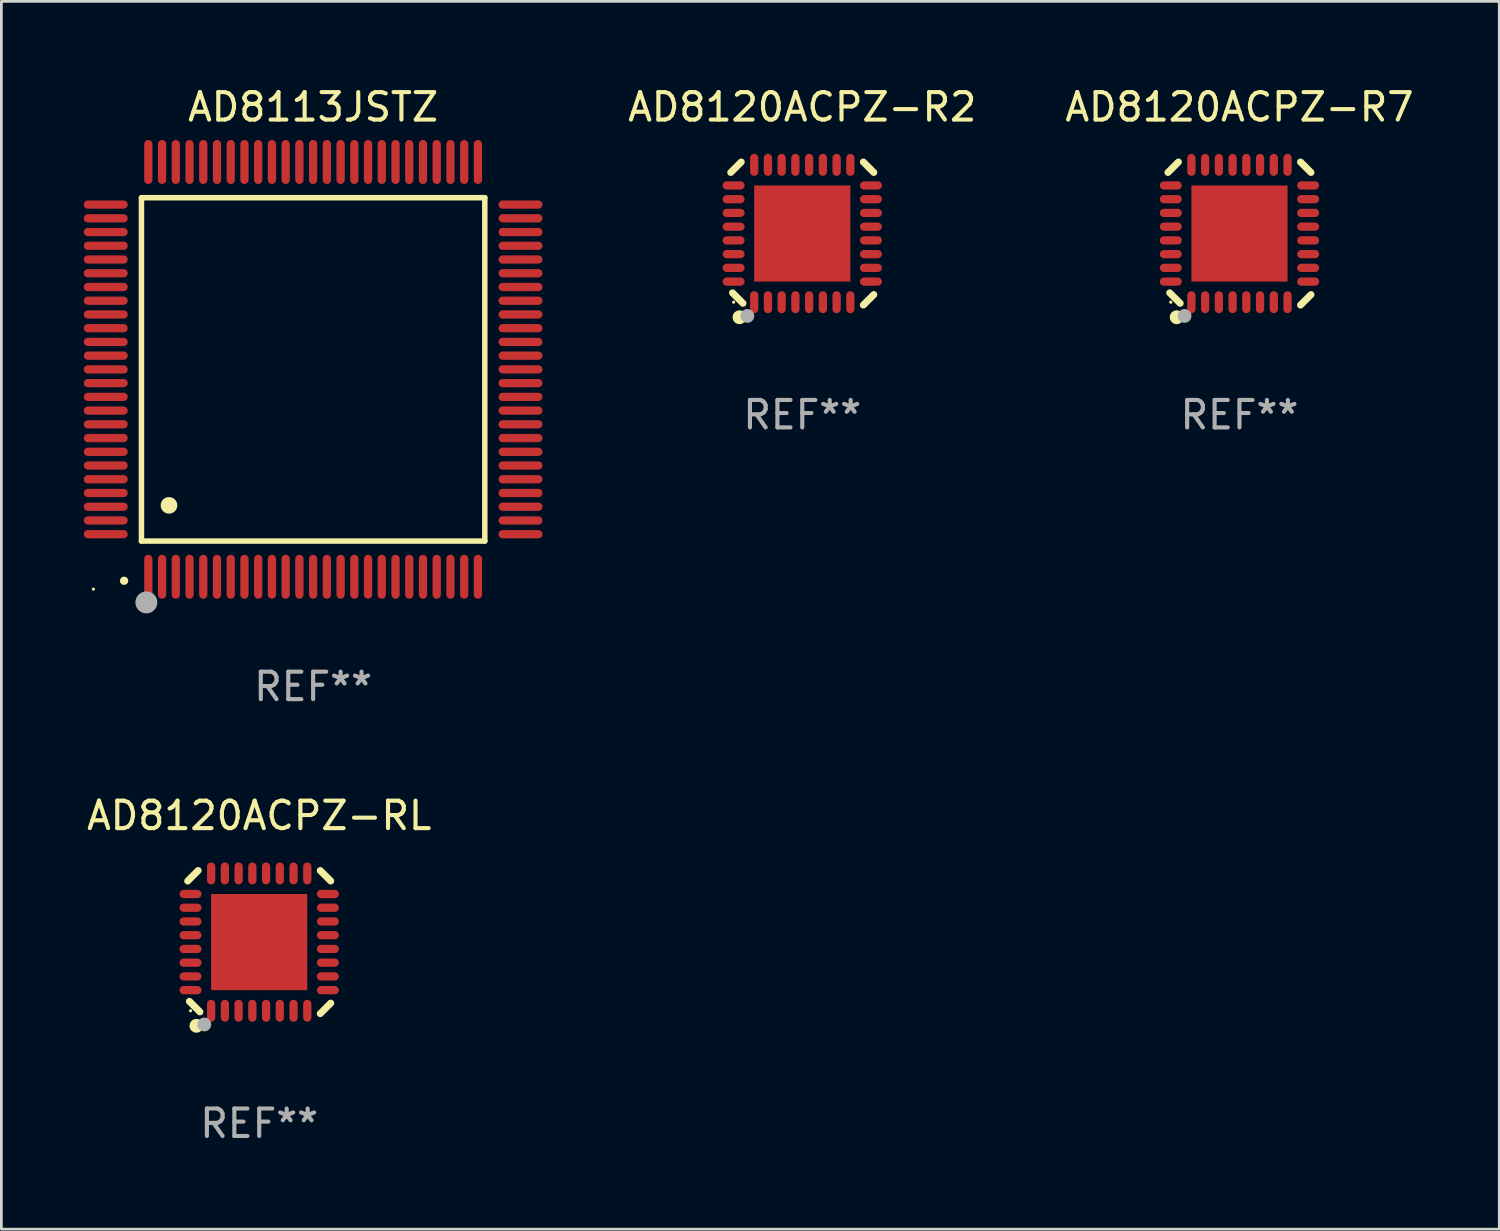
<source format=kicad_pcb>
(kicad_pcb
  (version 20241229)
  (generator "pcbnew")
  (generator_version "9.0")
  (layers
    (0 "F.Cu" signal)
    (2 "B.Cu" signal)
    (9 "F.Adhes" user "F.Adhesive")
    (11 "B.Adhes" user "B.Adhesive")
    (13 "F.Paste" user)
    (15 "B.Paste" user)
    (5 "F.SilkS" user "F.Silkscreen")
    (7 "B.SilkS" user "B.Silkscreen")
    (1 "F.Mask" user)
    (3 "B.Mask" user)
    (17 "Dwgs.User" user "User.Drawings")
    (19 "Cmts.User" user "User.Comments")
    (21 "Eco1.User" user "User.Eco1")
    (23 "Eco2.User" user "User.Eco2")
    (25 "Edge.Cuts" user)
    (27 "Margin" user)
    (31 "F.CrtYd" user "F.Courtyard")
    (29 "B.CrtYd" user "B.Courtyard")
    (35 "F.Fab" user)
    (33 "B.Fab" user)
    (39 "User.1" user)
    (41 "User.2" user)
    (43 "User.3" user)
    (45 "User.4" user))
  (footprint "AD8120ACPZ-R2"
    (layer "F.Cu")
    (at 26.158 5.452)
    (property "Reference" "AD8120ACPZ-R2" (at 0 -4.604 0) (layer "F.SilkS") (effects (font (size 1 1) (thickness 0.15))))
    (attr through_hole)
    (fp_line (start -2.54 2.159) (end -2.159 2.54) (stroke (width 0.254) (type solid)) (layer "F.SilkS"))
    (fp_line (start -2.223 -2.604) (end -2.604 -2.223) (stroke (width 0.254) (type solid)) (layer "F.SilkS"))
    (fp_line (start 2.223 -2.604) (end 2.604 -2.223) (stroke (width 0.254) (type solid)) (layer "F.SilkS"))
    (fp_line (start 2.604 2.223) (end 2.223 2.604) (stroke (width 0.254) (type solid)) (layer "F.SilkS"))
    (fp_circle (center -2.5 2.5) (end -2.47 2.5) (stroke (width 0.06) (type solid)) (fill no) (layer "F.SilkS"))
    (fp_circle (center -2.286 3.048) (end -2.159 3.048) (stroke (width 0.254) (type solid)) (fill no) (layer "F.SilkS"))
    (fp_circle (center -2 3) (end -1.873 3) (stroke (width 0.254) (type solid)) (fill no) (layer "F.Fab"))
    (fp_text user "REF**" (at 0 6.604 0) (layer "F.Fab") (effects (font (size 1 1) (thickness 0.15))))
    (pad "1" smd oval (at -1.75 2.5 90) (size 0.8 0.3) (layers "F.Cu" "F.Mask" "F.Paste"))
    (pad "2" smd oval (at -1.25 2.5 90) (size 0.8 0.3) (layers "F.Cu" "F.Mask" "F.Paste"))
    (pad "3" smd oval (at -0.75 2.5 90) (size 0.8 0.3) (layers "F.Cu" "F.Mask" "F.Paste"))
    (pad "4" smd oval (at -0.25 2.5 90) (size 0.8 0.3) (layers "F.Cu" "F.Mask" "F.Paste"))
    (pad "5" smd oval (at 0.25 2.5 90) (size 0.8 0.3) (layers "F.Cu" "F.Mask" "F.Paste"))
    (pad "6" smd oval (at 0.75 2.5 90) (size 0.8 0.3) (layers "F.Cu" "F.Mask" "F.Paste"))
    (pad "7" smd oval (at 1.25 2.5 90) (size 0.8 0.3) (layers "F.Cu" "F.Mask" "F.Paste"))
    (pad "8" smd oval (at 1.75 2.5 90) (size 0.8 0.3) (layers "F.Cu" "F.Mask" "F.Paste"))
    (pad "9" smd oval (at 2.5 1.75 180) (size 0.8 0.3) (layers "F.Cu" "F.Mask" "F.Paste"))
    (pad "10" smd oval (at 2.5 1.25 180) (size 0.8 0.3) (layers "F.Cu" "F.Mask" "F.Paste"))
    (pad "11" smd oval (at 2.5 0.75 180) (size 0.8 0.3) (layers "F.Cu" "F.Mask" "F.Paste"))
    (pad "12" smd oval (at 2.5 0.25 180) (size 0.8 0.3) (layers "F.Cu" "F.Mask" "F.Paste"))
    (pad "13" smd oval (at 2.5 -0.25 180) (size 0.8 0.3) (layers "F.Cu" "F.Mask" "F.Paste"))
    (pad "14" smd oval (at 2.5 -0.75 180) (size 0.8 0.3) (layers "F.Cu" "F.Mask" "F.Paste"))
    (pad "15" smd oval (at 2.5 -1.25 180) (size 0.8 0.3) (layers "F.Cu" "F.Mask" "F.Paste"))
    (pad "16" smd oval (at 2.5 -1.75 180) (size 0.8 0.3) (layers "F.Cu" "F.Mask" "F.Paste"))
    (pad "17" smd oval (at 1.75 -2.5 270) (size 0.8 0.3) (layers "F.Cu" "F.Mask" "F.Paste"))
    (pad "18" smd oval (at 1.25 -2.5 270) (size 0.8 0.3) (layers "F.Cu" "F.Mask" "F.Paste"))
    (pad "19" smd oval (at 0.75 -2.5 270) (size 0.8 0.3) (layers "F.Cu" "F.Mask" "F.Paste"))
    (pad "20" smd oval (at 0.25 -2.5 270) (size 0.8 0.3) (layers "F.Cu" "F.Mask" "F.Paste"))
    (pad "21" smd oval (at -0.25 -2.5 270) (size 0.8 0.3) (layers "F.Cu" "F.Mask" "F.Paste"))
    (pad "22" smd oval (at -0.75 -2.5 270) (size 0.8 0.3) (layers "F.Cu" "F.Mask" "F.Paste"))
    (pad "23" smd oval (at -1.25 -2.5 270) (size 0.8 0.3) (layers "F.Cu" "F.Mask" "F.Paste"))
    (pad "24" smd oval (at -1.75 -2.5 270) (size 0.8 0.3) (layers "F.Cu" "F.Mask" "F.Paste"))
    (pad "25" smd oval (at -2.5 -1.75) (size 0.8 0.3) (layers "F.Cu" "F.Mask" "F.Paste"))
    (pad "26" smd oval (at -2.5 -1.25) (size 0.8 0.3) (layers "F.Cu" "F.Mask" "F.Paste"))
    (pad "27" smd oval (at -2.5 -0.75) (size 0.8 0.3) (layers "F.Cu" "F.Mask" "F.Paste"))
    (pad "28" smd oval (at -2.5 -0.25) (size 0.8 0.3) (layers "F.Cu" "F.Mask" "F.Paste"))
    (pad "29" smd oval (at -2.5 0.25) (size 0.8 0.3) (layers "F.Cu" "F.Mask" "F.Paste"))
    (pad "30" smd oval (at -2.5 0.75) (size 0.8 0.3) (layers "F.Cu" "F.Mask" "F.Paste"))
    (pad "31" smd oval (at -2.5 1.25) (size 0.8 0.3) (layers "F.Cu" "F.Mask" "F.Paste"))
    (pad "32" smd oval (at -2.5 1.75) (size 0.8 0.3) (layers "F.Cu" "F.Mask" "F.Paste"))
    (pad "33" smd rect (at 0 -0.000025 90) (size 3.5 3.5) (layers "F.Cu" "F.Mask" "F.Paste")))
  (footprint "AD8120ACPZ-R7"
    (layer "F.Cu")
    (at 42.075 5.452)
    (property "Reference" "AD8120ACPZ-R7" (at 0 -4.604 0) (layer "F.SilkS") (effects (font (size 1 1) (thickness 0.15))))
    (attr through_hole)
    (fp_line (start -2.54 2.159) (end -2.159 2.54) (stroke (width 0.254) (type solid)) (layer "F.SilkS"))
    (fp_line (start -2.223 -2.604) (end -2.604 -2.223) (stroke (width 0.254) (type solid)) (layer "F.SilkS"))
    (fp_line (start 2.223 -2.604) (end 2.604 -2.223) (stroke (width 0.254) (type solid)) (layer "F.SilkS"))
    (fp_line (start 2.604 2.223) (end 2.223 2.604) (stroke (width 0.254) (type solid)) (layer "F.SilkS"))
    (fp_circle (center -2.5 2.5) (end -2.47 2.5) (stroke (width 0.06) (type solid)) (fill no) (layer "F.SilkS"))
    (fp_circle (center -2.286 3.048) (end -2.159 3.048) (stroke (width 0.254) (type solid)) (fill no) (layer "F.SilkS"))
    (fp_circle (center -2 3) (end -1.873 3) (stroke (width 0.254) (type solid)) (fill no) (layer "F.Fab"))
    (fp_text user "REF**" (at 0 6.604 0) (layer "F.Fab") (effects (font (size 1 1) (thickness 0.15))))
    (pad "1" smd oval (at -1.75 2.5 90) (size 0.8 0.3) (layers "F.Cu" "F.Mask" "F.Paste"))
    (pad "2" smd oval (at -1.25 2.5 90) (size 0.8 0.3) (layers "F.Cu" "F.Mask" "F.Paste"))
    (pad "3" smd oval (at -0.75 2.5 90) (size 0.8 0.3) (layers "F.Cu" "F.Mask" "F.Paste"))
    (pad "4" smd oval (at -0.25 2.5 90) (size 0.8 0.3) (layers "F.Cu" "F.Mask" "F.Paste"))
    (pad "5" smd oval (at 0.25 2.5 90) (size 0.8 0.3) (layers "F.Cu" "F.Mask" "F.Paste"))
    (pad "6" smd oval (at 0.75 2.5 90) (size 0.8 0.3) (layers "F.Cu" "F.Mask" "F.Paste"))
    (pad "7" smd oval (at 1.25 2.5 90) (size 0.8 0.3) (layers "F.Cu" "F.Mask" "F.Paste"))
    (pad "8" smd oval (at 1.75 2.5 90) (size 0.8 0.3) (layers "F.Cu" "F.Mask" "F.Paste"))
    (pad "9" smd oval (at 2.5 1.75 180) (size 0.8 0.3) (layers "F.Cu" "F.Mask" "F.Paste"))
    (pad "10" smd oval (at 2.5 1.25 180) (size 0.8 0.3) (layers "F.Cu" "F.Mask" "F.Paste"))
    (pad "11" smd oval (at 2.5 0.75 180) (size 0.8 0.3) (layers "F.Cu" "F.Mask" "F.Paste"))
    (pad "12" smd oval (at 2.5 0.25 180) (size 0.8 0.3) (layers "F.Cu" "F.Mask" "F.Paste"))
    (pad "13" smd oval (at 2.5 -0.25 180) (size 0.8 0.3) (layers "F.Cu" "F.Mask" "F.Paste"))
    (pad "14" smd oval (at 2.5 -0.75 180) (size 0.8 0.3) (layers "F.Cu" "F.Mask" "F.Paste"))
    (pad "15" smd oval (at 2.5 -1.25 180) (size 0.8 0.3) (layers "F.Cu" "F.Mask" "F.Paste"))
    (pad "16" smd oval (at 2.5 -1.75 180) (size 0.8 0.3) (layers "F.Cu" "F.Mask" "F.Paste"))
    (pad "17" smd oval (at 1.75 -2.5 270) (size 0.8 0.3) (layers "F.Cu" "F.Mask" "F.Paste"))
    (pad "18" smd oval (at 1.25 -2.5 270) (size 0.8 0.3) (layers "F.Cu" "F.Mask" "F.Paste"))
    (pad "19" smd oval (at 0.75 -2.5 270) (size 0.8 0.3) (layers "F.Cu" "F.Mask" "F.Paste"))
    (pad "20" smd oval (at 0.25 -2.5 270) (size 0.8 0.3) (layers "F.Cu" "F.Mask" "F.Paste"))
    (pad "21" smd oval (at -0.25 -2.5 270) (size 0.8 0.3) (layers "F.Cu" "F.Mask" "F.Paste"))
    (pad "22" smd oval (at -0.75 -2.5 270) (size 0.8 0.3) (layers "F.Cu" "F.Mask" "F.Paste"))
    (pad "23" smd oval (at -1.25 -2.5 270) (size 0.8 0.3) (layers "F.Cu" "F.Mask" "F.Paste"))
    (pad "24" smd oval (at -1.75 -2.5 270) (size 0.8 0.3) (layers "F.Cu" "F.Mask" "F.Paste"))
    (pad "25" smd oval (at -2.5 -1.75) (size 0.8 0.3) (layers "F.Cu" "F.Mask" "F.Paste"))
    (pad "26" smd oval (at -2.5 -1.25) (size 0.8 0.3) (layers "F.Cu" "F.Mask" "F.Paste"))
    (pad "27" smd oval (at -2.5 -0.75) (size 0.8 0.3) (layers "F.Cu" "F.Mask" "F.Paste"))
    (pad "28" smd oval (at -2.5 -0.25) (size 0.8 0.3) (layers "F.Cu" "F.Mask" "F.Paste"))
    (pad "29" smd oval (at -2.5 0.25) (size 0.8 0.3) (layers "F.Cu" "F.Mask" "F.Paste"))
    (pad "30" smd oval (at -2.5 0.75) (size 0.8 0.3) (layers "F.Cu" "F.Mask" "F.Paste"))
    (pad "31" smd oval (at -2.5 1.25) (size 0.8 0.3) (layers "F.Cu" "F.Mask" "F.Paste"))
    (pad "32" smd oval (at -2.5 1.75) (size 0.8 0.3) (layers "F.Cu" "F.Mask" "F.Paste"))
    (pad "33" smd rect (at 0 -0.000025 90) (size 3.5 3.5) (layers "F.Cu" "F.Mask" "F.Paste")))
  (footprint "AD8113JSTZ"
    (layer "F.Cu")
    (at 8.35 10.398)
    (property "Reference" "AD8113JSTZ" (at 0 -9.55 0) (layer "F.SilkS") (effects (font (size 1 1) (thickness 0.15))))
    (attr through_hole)
    (fp_line (start -6.25 -6.25) (end -6.25 6.25) (stroke (width 0.2) (type solid)) (layer "F.SilkS"))
    (fp_line (start -6.25 6.25) (end 6.25 6.25) (stroke (width 0.2) (type solid)) (layer "F.SilkS"))
    (fp_line (start 6.25 -6.25) (end -6.25 -6.25) (stroke (width 0.2) (type solid)) (layer "F.SilkS"))
    (fp_line (start 6.25 6.25) (end 6.25 -6.25) (stroke (width 0.2) (type solid)) (layer "F.SilkS"))
    (fp_arc (start -6.883414 7.696215) (mid -6.882144 7.69621) (end -6.880874 7.696215) (stroke (width 0.3) (type solid)) (layer "F.SilkS"))
    (fp_arc (start -5.250191 4.95047) (mid -5.247651 4.950459) (end -5.245111 4.95047) (stroke (width 0.6) (type solid)) (layer "F.SilkS"))
    (fp_circle (center -8 8) (end -7.97 8) (stroke (width 0.06) (type solid)) (fill no) (layer "F.SilkS"))
    (fp_circle (center -6.071 8.484) (end -5.871 8.484) (stroke (width 0.4) (type solid)) (fill no) (layer "F.Fab"))
    (fp_text user "REF**" (at 0 11.55 0) (layer "F.Fab") (effects (font (size 1 1) (thickness 0.15))))
    (pad "1" smd oval (at -6 7.55) (size 0.3 1.6) (layers "F.Cu" "F.Mask" "F.Paste"))
    (pad "2" smd oval (at -5.5 7.55) (size 0.3 1.6) (layers "F.Cu" "F.Mask" "F.Paste"))
    (pad "3" smd oval (at -5 7.55) (size 0.3 1.6) (layers "F.Cu" "F.Mask" "F.Paste"))
    (pad "4" smd oval (at -4.5 7.55) (size 0.3 1.6) (layers "F.Cu" "F.Mask" "F.Paste"))
    (pad "5" smd oval (at -4 7.55) (size 0.3 1.6) (layers "F.Cu" "F.Mask" "F.Paste"))
    (pad "6" smd oval (at -3.5 7.55) (size 0.3 1.6) (layers "F.Cu" "F.Mask" "F.Paste"))
    (pad "7" smd oval (at -3 7.55) (size 0.3 1.6) (layers "F.Cu" "F.Mask" "F.Paste"))
    (pad "8" smd oval (at -2.5 7.55) (size 0.3 1.6) (layers "F.Cu" "F.Mask" "F.Paste"))
    (pad "9" smd oval (at -2 7.55) (size 0.3 1.6) (layers "F.Cu" "F.Mask" "F.Paste"))
    (pad "10" smd oval (at -1.5 7.55) (size 0.3 1.6) (layers "F.Cu" "F.Mask" "F.Paste"))
    (pad "11" smd oval (at -1 7.55) (size 0.3 1.6) (layers "F.Cu" "F.Mask" "F.Paste"))
    (pad "12" smd oval (at -0.5 7.55) (size 0.3 1.6) (layers "F.Cu" "F.Mask" "F.Paste"))
    (pad "13" smd oval (at 0 7.55) (size 0.3 1.6) (layers "F.Cu" "F.Mask" "F.Paste"))
    (pad "14" smd oval (at 0.5 7.55) (size 0.3 1.6) (layers "F.Cu" "F.Mask" "F.Paste"))
    (pad "15" smd oval (at 1 7.55) (size 0.3 1.6) (layers "F.Cu" "F.Mask" "F.Paste"))
    (pad "16" smd oval (at 1.5 7.55) (size 0.3 1.6) (layers "F.Cu" "F.Mask" "F.Paste"))
    (pad "17" smd oval (at 2 7.55) (size 0.3 1.6) (layers "F.Cu" "F.Mask" "F.Paste"))
    (pad "18" smd oval (at 2.5 7.55) (size 0.3 1.6) (layers "F.Cu" "F.Mask" "F.Paste"))
    (pad "19" smd oval (at 3 7.55) (size 0.3 1.6) (layers "F.Cu" "F.Mask" "F.Paste"))
    (pad "20" smd oval (at 3.5 7.55) (size 0.3 1.6) (layers "F.Cu" "F.Mask" "F.Paste"))
    (pad "21" smd oval (at 4 7.55) (size 0.3 1.6) (layers "F.Cu" "F.Mask" "F.Paste"))
    (pad "22" smd oval (at 4.5 7.55) (size 0.3 1.6) (layers "F.Cu" "F.Mask" "F.Paste"))
    (pad "23" smd oval (at 5 7.55) (size 0.3 1.6) (layers "F.Cu" "F.Mask" "F.Paste"))
    (pad "24" smd oval (at 5.5 7.55) (size 0.3 1.6) (layers "F.Cu" "F.Mask" "F.Paste"))
    (pad "25" smd oval (at 6 7.55) (size 0.3 1.6) (layers "F.Cu" "F.Mask" "F.Paste"))
    (pad "26" smd oval (at 7.55 6) (size 1.6 0.3) (layers "F.Cu" "F.Mask" "F.Paste"))
    (pad "27" smd oval (at 7.55 5.5) (size 1.6 0.3) (layers "F.Cu" "F.Mask" "F.Paste"))
    (pad "28" smd oval (at 7.55 5) (size 1.6 0.3) (layers "F.Cu" "F.Mask" "F.Paste"))
    (pad "29" smd oval (at 7.55 4.5) (size 1.6 0.3) (layers "F.Cu" "F.Mask" "F.Paste"))
    (pad "30" smd oval (at 7.55 4) (size 1.6 0.3) (layers "F.Cu" "F.Mask" "F.Paste"))
    (pad "31" smd oval (at 7.55 3.5) (size 1.6 0.3) (layers "F.Cu" "F.Mask" "F.Paste"))
    (pad "32" smd oval (at 7.55 3) (size 1.6 0.3) (layers "F.Cu" "F.Mask" "F.Paste"))
    (pad "33" smd oval (at 7.55 2.5) (size 1.6 0.3) (layers "F.Cu" "F.Mask" "F.Paste"))
    (pad "34" smd oval (at 7.55 2) (size 1.6 0.3) (layers "F.Cu" "F.Mask" "F.Paste"))
    (pad "35" smd oval (at 7.55 1.5) (size 1.6 0.3) (layers "F.Cu" "F.Mask" "F.Paste"))
    (pad "36" smd oval (at 7.55 1) (size 1.6 0.3) (layers "F.Cu" "F.Mask" "F.Paste"))
    (pad "37" smd oval (at 7.55 0.5) (size 1.6 0.3) (layers "F.Cu" "F.Mask" "F.Paste"))
    (pad "38" smd oval (at 7.55 0) (size 1.6 0.3) (layers "F.Cu" "F.Mask" "F.Paste"))
    (pad "39" smd oval (at 7.55 -0.5) (size 1.6 0.3) (layers "F.Cu" "F.Mask" "F.Paste"))
    (pad "40" smd oval (at 7.55 -1) (size 1.6 0.3) (layers "F.Cu" "F.Mask" "F.Paste"))
    (pad "41" smd oval (at 7.55 -1.5) (size 1.6 0.3) (layers "F.Cu" "F.Mask" "F.Paste"))
    (pad "42" smd oval (at 7.55 -2) (size 1.6 0.3) (layers "F.Cu" "F.Mask" "F.Paste"))
    (pad "43" smd oval (at 7.55 -2.5) (size 1.6 0.3) (layers "F.Cu" "F.Mask" "F.Paste"))
    (pad "44" smd oval (at 7.55 -3) (size 1.6 0.3) (layers "F.Cu" "F.Mask" "F.Paste"))
    (pad "45" smd oval (at 7.55 -3.5) (size 1.6 0.3) (layers "F.Cu" "F.Mask" "F.Paste"))
    (pad "46" smd oval (at 7.55 -4) (size 1.6 0.3) (layers "F.Cu" "F.Mask" "F.Paste"))
    (pad "47" smd oval (at 7.55 -4.5) (size 1.6 0.3) (layers "F.Cu" "F.Mask" "F.Paste"))
    (pad "48" smd oval (at 7.55 -5) (size 1.6 0.3) (layers "F.Cu" "F.Mask" "F.Paste"))
    (pad "49" smd oval (at 7.55 -5.5) (size 1.6 0.3) (layers "F.Cu" "F.Mask" "F.Paste"))
    (pad "50" smd oval (at 7.55 -6) (size 1.6 0.3) (layers "F.Cu" "F.Mask" "F.Paste"))
    (pad "51" smd oval (at 6 -7.55) (size 0.3 1.6) (layers "F.Cu" "F.Mask" "F.Paste"))
    (pad "52" smd oval (at 5.5 -7.55) (size 0.3 1.6) (layers "F.Cu" "F.Mask" "F.Paste"))
    (pad "53" smd oval (at 5 -7.55) (size 0.3 1.6) (layers "F.Cu" "F.Mask" "F.Paste"))
    (pad "54" smd oval (at 4.5 -7.55) (size 0.3 1.6) (layers "F.Cu" "F.Mask" "F.Paste"))
    (pad "55" smd oval (at 4 -7.55) (size 0.3 1.6) (layers "F.Cu" "F.Mask" "F.Paste"))
    (pad "56" smd oval (at 3.5 -7.55) (size 0.3 1.6) (layers "F.Cu" "F.Mask" "F.Paste"))
    (pad "57" smd oval (at 3 -7.55) (size 0.3 1.6) (layers "F.Cu" "F.Mask" "F.Paste"))
    (pad "58" smd oval (at 2.5 -7.55) (size 0.3 1.6) (layers "F.Cu" "F.Mask" "F.Paste"))
    (pad "59" smd oval (at 2 -7.55) (size 0.3 1.6) (layers "F.Cu" "F.Mask" "F.Paste"))
    (pad "60" smd oval (at 1.5 -7.55) (size 0.3 1.6) (layers "F.Cu" "F.Mask" "F.Paste"))
    (pad "61" smd oval (at 1 -7.55) (size 0.3 1.6) (layers "F.Cu" "F.Mask" "F.Paste"))
    (pad "62" smd oval (at 0.5 -7.55) (size 0.3 1.6) (layers "F.Cu" "F.Mask" "F.Paste"))
    (pad "63" smd oval (at 0 -7.55) (size 0.3 1.6) (layers "F.Cu" "F.Mask" "F.Paste"))
    (pad "64" smd oval (at -0.5 -7.55) (size 0.3 1.6) (layers "F.Cu" "F.Mask" "F.Paste"))
    (pad "65" smd oval (at -1 -7.55) (size 0.3 1.6) (layers "F.Cu" "F.Mask" "F.Paste"))
    (pad "66" smd oval (at -1.5 -7.55) (size 0.3 1.6) (layers "F.Cu" "F.Mask" "F.Paste"))
    (pad "67" smd oval (at -2 -7.55) (size 0.3 1.6) (layers "F.Cu" "F.Mask" "F.Paste"))
    (pad "68" smd oval (at -2.5 -7.55) (size 0.3 1.6) (layers "F.Cu" "F.Mask" "F.Paste"))
    (pad "69" smd oval (at -3 -7.55) (size 0.3 1.6) (layers "F.Cu" "F.Mask" "F.Paste"))
    (pad "70" smd oval (at -3.5 -7.55) (size 0.3 1.6) (layers "F.Cu" "F.Mask" "F.Paste"))
    (pad "71" smd oval (at -4 -7.55) (size 0.3 1.6) (layers "F.Cu" "F.Mask" "F.Paste"))
    (pad "72" smd oval (at -4.5 -7.55) (size 0.3 1.6) (layers "F.Cu" "F.Mask" "F.Paste"))
    (pad "73" smd oval (at -5 -7.55) (size 0.3 1.6) (layers "F.Cu" "F.Mask" "F.Paste"))
    (pad "74" smd oval (at -5.5 -7.55) (size 0.3 1.6) (layers "F.Cu" "F.Mask" "F.Paste"))
    (pad "75" smd oval (at -6 -7.55) (size 0.3 1.6) (layers "F.Cu" "F.Mask" "F.Paste"))
    (pad "76" smd oval (at -7.55 -6) (size 1.6 0.3) (layers "F.Cu" "F.Mask" "F.Paste"))
    (pad "77" smd oval (at -7.55 -5.5) (size 1.6 0.3) (layers "F.Cu" "F.Mask" "F.Paste"))
    (pad "78" smd oval (at -7.55 -5) (size 1.6 0.3) (layers "F.Cu" "F.Mask" "F.Paste"))
    (pad "79" smd oval (at -7.55 -4.5) (size 1.6 0.3) (layers "F.Cu" "F.Mask" "F.Paste"))
    (pad "80" smd oval (at -7.55 -4) (size 1.6 0.3) (layers "F.Cu" "F.Mask" "F.Paste"))
    (pad "81" smd oval (at -7.55 -3.5) (size 1.6 0.3) (layers "F.Cu" "F.Mask" "F.Paste"))
    (pad "82" smd oval (at -7.55 -3) (size 1.6 0.3) (layers "F.Cu" "F.Mask" "F.Paste"))
    (pad "83" smd oval (at -7.55 -2.5) (size 1.6 0.3) (layers "F.Cu" "F.Mask" "F.Paste"))
    (pad "84" smd oval (at -7.55 -2) (size 1.6 0.3) (layers "F.Cu" "F.Mask" "F.Paste"))
    (pad "85" smd oval (at -7.55 -1.5) (size 1.6 0.3) (layers "F.Cu" "F.Mask" "F.Paste"))
    (pad "86" smd oval (at -7.55 -1) (size 1.6 0.3) (layers "F.Cu" "F.Mask" "F.Paste"))
    (pad "87" smd oval (at -7.55 -0.5) (size 1.6 0.3) (layers "F.Cu" "F.Mask" "F.Paste"))
    (pad "88" smd oval (at -7.55 0) (size 1.6 0.3) (layers "F.Cu" "F.Mask" "F.Paste"))
    (pad "89" smd oval (at -7.55 0.5) (size 1.6 0.3) (layers "F.Cu" "F.Mask" "F.Paste"))
    (pad "90" smd oval (at -7.55 1) (size 1.6 0.3) (layers "F.Cu" "F.Mask" "F.Paste"))
    (pad "91" smd oval (at -7.55 1.5) (size 1.6 0.3) (layers "F.Cu" "F.Mask" "F.Paste"))
    (pad "92" smd oval (at -7.55 2) (size 1.6 0.3) (layers "F.Cu" "F.Mask" "F.Paste"))
    (pad "93" smd oval (at -7.55 2.5) (size 1.6 0.3) (layers "F.Cu" "F.Mask" "F.Paste"))
    (pad "94" smd oval (at -7.55 3) (size 1.6 0.3) (layers "F.Cu" "F.Mask" "F.Paste"))
    (pad "95" smd oval (at -7.55 3.5) (size 1.6 0.3) (layers "F.Cu" "F.Mask" "F.Paste"))
    (pad "96" smd oval (at -7.55 4) (size 1.6 0.3) (layers "F.Cu" "F.Mask" "F.Paste"))
    (pad "97" smd oval (at -7.55 4.5) (size 1.6 0.3) (layers "F.Cu" "F.Mask" "F.Paste"))
    (pad "98" smd oval (at -7.55 5) (size 1.6 0.3) (layers "F.Cu" "F.Mask" "F.Paste"))
    (pad "99" smd oval (at -7.55 5.5) (size 1.6 0.3) (layers "F.Cu" "F.Mask" "F.Paste"))
    (pad "100" smd oval (at -7.55 6) (size 1.6 0.3) (layers "F.Cu" "F.Mask" "F.Paste")))
  (footprint "AD8120ACPZ-RL"
    (layer "F.Cu")
    (at 6.387 31.248)
    (property "Reference" "AD8120ACPZ-RL" (at 0 -4.604 0) (layer "F.SilkS") (effects (font (size 1 1) (thickness 0.15))))
    (attr through_hole)
    (fp_line (start -2.54 2.159) (end -2.159 2.54) (stroke (width 0.254) (type solid)) (layer "F.SilkS"))
    (fp_line (start -2.223 -2.604) (end -2.604 -2.223) (stroke (width 0.254) (type solid)) (layer "F.SilkS"))
    (fp_line (start 2.223 -2.604) (end 2.604 -2.223) (stroke (width 0.254) (type solid)) (layer "F.SilkS"))
    (fp_line (start 2.604 2.223) (end 2.223 2.604) (stroke (width 0.254) (type solid)) (layer "F.SilkS"))
    (fp_circle (center -2.5 2.5) (end -2.47 2.5) (stroke (width 0.06) (type solid)) (fill no) (layer "F.SilkS"))
    (fp_circle (center -2.286 3.048) (end -2.159 3.048) (stroke (width 0.254) (type solid)) (fill no) (layer "F.SilkS"))
    (fp_circle (center -2 3) (end -1.873 3) (stroke (width 0.254) (type solid)) (fill no) (layer "F.Fab"))
    (fp_text user "REF**" (at 0 6.604 0) (layer "F.Fab") (effects (font (size 1 1) (thickness 0.15))))
    (pad "1" smd oval (at -1.75 2.5 90) (size 0.8 0.3) (layers "F.Cu" "F.Mask" "F.Paste"))
    (pad "2" smd oval (at -1.25 2.5 90) (size 0.8 0.3) (layers "F.Cu" "F.Mask" "F.Paste"))
    (pad "3" smd oval (at -0.75 2.5 90) (size 0.8 0.3) (layers "F.Cu" "F.Mask" "F.Paste"))
    (pad "4" smd oval (at -0.25 2.5 90) (size 0.8 0.3) (layers "F.Cu" "F.Mask" "F.Paste"))
    (pad "5" smd oval (at 0.25 2.5 90) (size 0.8 0.3) (layers "F.Cu" "F.Mask" "F.Paste"))
    (pad "6" smd oval (at 0.75 2.5 90) (size 0.8 0.3) (layers "F.Cu" "F.Mask" "F.Paste"))
    (pad "7" smd oval (at 1.25 2.5 90) (size 0.8 0.3) (layers "F.Cu" "F.Mask" "F.Paste"))
    (pad "8" smd oval (at 1.75 2.5 90) (size 0.8 0.3) (layers "F.Cu" "F.Mask" "F.Paste"))
    (pad "9" smd oval (at 2.5 1.75 180) (size 0.8 0.3) (layers "F.Cu" "F.Mask" "F.Paste"))
    (pad "10" smd oval (at 2.5 1.25 180) (size 0.8 0.3) (layers "F.Cu" "F.Mask" "F.Paste"))
    (pad "11" smd oval (at 2.5 0.75 180) (size 0.8 0.3) (layers "F.Cu" "F.Mask" "F.Paste"))
    (pad "12" smd oval (at 2.5 0.25 180) (size 0.8 0.3) (layers "F.Cu" "F.Mask" "F.Paste"))
    (pad "13" smd oval (at 2.5 -0.25 180) (size 0.8 0.3) (layers "F.Cu" "F.Mask" "F.Paste"))
    (pad "14" smd oval (at 2.5 -0.75 180) (size 0.8 0.3) (layers "F.Cu" "F.Mask" "F.Paste"))
    (pad "15" smd oval (at 2.5 -1.25 180) (size 0.8 0.3) (layers "F.Cu" "F.Mask" "F.Paste"))
    (pad "16" smd oval (at 2.5 -1.75 180) (size 0.8 0.3) (layers "F.Cu" "F.Mask" "F.Paste"))
    (pad "17" smd oval (at 1.75 -2.5 270) (size 0.8 0.3) (layers "F.Cu" "F.Mask" "F.Paste"))
    (pad "18" smd oval (at 1.25 -2.5 270) (size 0.8 0.3) (layers "F.Cu" "F.Mask" "F.Paste"))
    (pad "19" smd oval (at 0.75 -2.5 270) (size 0.8 0.3) (layers "F.Cu" "F.Mask" "F.Paste"))
    (pad "20" smd oval (at 0.25 -2.5 270) (size 0.8 0.3) (layers "F.Cu" "F.Mask" "F.Paste"))
    (pad "21" smd oval (at -0.25 -2.5 270) (size 0.8 0.3) (layers "F.Cu" "F.Mask" "F.Paste"))
    (pad "22" smd oval (at -0.75 -2.5 270) (size 0.8 0.3) (layers "F.Cu" "F.Mask" "F.Paste"))
    (pad "23" smd oval (at -1.25 -2.5 270) (size 0.8 0.3) (layers "F.Cu" "F.Mask" "F.Paste"))
    (pad "24" smd oval (at -1.75 -2.5 270) (size 0.8 0.3) (layers "F.Cu" "F.Mask" "F.Paste"))
    (pad "25" smd oval (at -2.5 -1.75) (size 0.8 0.3) (layers "F.Cu" "F.Mask" "F.Paste"))
    (pad "26" smd oval (at -2.5 -1.25) (size 0.8 0.3) (layers "F.Cu" "F.Mask" "F.Paste"))
    (pad "27" smd oval (at -2.5 -0.75) (size 0.8 0.3) (layers "F.Cu" "F.Mask" "F.Paste"))
    (pad "28" smd oval (at -2.5 -0.25) (size 0.8 0.3) (layers "F.Cu" "F.Mask" "F.Paste"))
    (pad "29" smd oval (at -2.5 0.25) (size 0.8 0.3) (layers "F.Cu" "F.Mask" "F.Paste"))
    (pad "30" smd oval (at -2.5 0.75) (size 0.8 0.3) (layers "F.Cu" "F.Mask" "F.Paste"))
    (pad "31" smd oval (at -2.5 1.25) (size 0.8 0.3) (layers "F.Cu" "F.Mask" "F.Paste"))
    (pad "32" smd oval (at -2.5 1.75) (size 0.8 0.3) (layers "F.Cu" "F.Mask" "F.Paste"))
    (pad "33" smd rect (at 0 -0.000025 90) (size 3.5 3.5) (layers "F.Cu" "F.Mask" "F.Paste")))
  (gr_rect
    (start -3 -3)
    (end 51.533 41.7)
    (stroke (width 0.1) (type default))
    (fill no)
    (layer "Edge.Cuts")))
</source>
